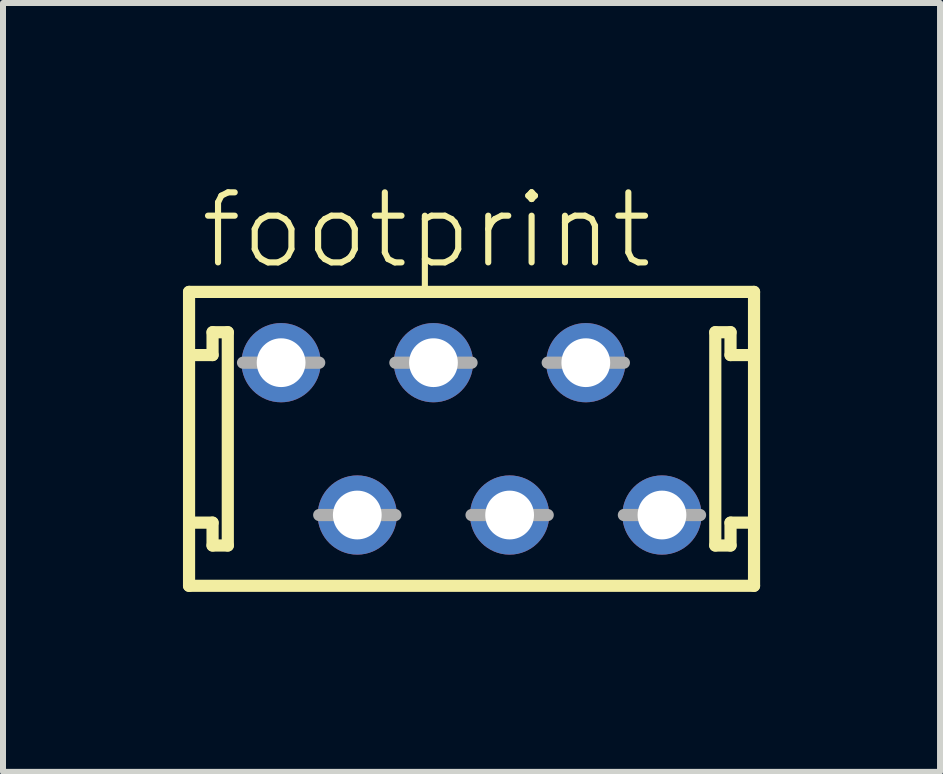
<source format=kicad_pcb>
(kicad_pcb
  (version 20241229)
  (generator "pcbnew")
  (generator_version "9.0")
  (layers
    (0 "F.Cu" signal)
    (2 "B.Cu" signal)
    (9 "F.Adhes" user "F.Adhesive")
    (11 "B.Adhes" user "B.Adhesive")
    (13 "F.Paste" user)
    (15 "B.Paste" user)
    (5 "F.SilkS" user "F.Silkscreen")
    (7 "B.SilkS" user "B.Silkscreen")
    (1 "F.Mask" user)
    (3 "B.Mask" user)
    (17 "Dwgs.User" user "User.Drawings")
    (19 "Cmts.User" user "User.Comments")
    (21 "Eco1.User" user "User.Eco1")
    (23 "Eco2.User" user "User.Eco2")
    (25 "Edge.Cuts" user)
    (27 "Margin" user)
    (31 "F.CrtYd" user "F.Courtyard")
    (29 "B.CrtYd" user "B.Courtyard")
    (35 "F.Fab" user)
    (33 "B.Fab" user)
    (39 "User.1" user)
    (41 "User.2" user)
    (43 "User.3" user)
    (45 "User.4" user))
  (footprint "footprint"
    (layer "F.Cu")
    (at 4.812 4.267)
    (property "Reference" "footprint" (at -4.572 -2.794 0) (layer "F.SilkS") (effects (font (size 1.168 1.168) (thickness 0.102)) (justify left bottom)))
    (fp_line (start -4.71 -2.45) (end 4.71 -2.45) (stroke (width 0.203) (type solid)) (layer "F.SilkS"))
    (fp_line (start -4.71 2.45) (end -4.71 -2.45) (stroke (width 0.203) (type solid)) (layer "F.SilkS"))
    (fp_line (start -4.318 -1.778) (end -4.318 -1.397) (stroke (width 0.203) (type solid)) (layer "F.SilkS"))
    (fp_line (start -4.318 -1.397) (end -4.699 -1.397) (stroke (width 0.203) (type solid)) (layer "F.SilkS"))
    (fp_line (start -4.318 1.397) (end -4.699 1.397) (stroke (width 0.203) (type solid)) (layer "F.SilkS"))
    (fp_line (start -4.318 1.778) (end -4.318 1.397) (stroke (width 0.203) (type solid)) (layer "F.SilkS"))
    (fp_line (start -4.064 -1.778) (end -4.318 -1.778) (stroke (width 0.203) (type solid)) (layer "F.SilkS"))
    (fp_line (start -4.064 1.778) (end -4.318 1.778) (stroke (width 0.203) (type solid)) (layer "F.SilkS"))
    (fp_line (start -4.064 1.778) (end -4.064 -1.778) (stroke (width 0.203) (type solid)) (layer "F.SilkS"))
    (fp_line (start 4.064 -1.778) (end 4.064 1.778) (stroke (width 0.203) (type solid)) (layer "F.SilkS"))
    (fp_line (start 4.064 -1.778) (end 4.318 -1.778) (stroke (width 0.203) (type solid)) (layer "F.SilkS"))
    (fp_line (start 4.064 1.778) (end 4.318 1.778) (stroke (width 0.203) (type solid)) (layer "F.SilkS"))
    (fp_line (start 4.318 -1.778) (end 4.318 -1.397) (stroke (width 0.203) (type solid)) (layer "F.SilkS"))
    (fp_line (start 4.318 -1.397) (end 4.699 -1.397) (stroke (width 0.203) (type solid)) (layer "F.SilkS"))
    (fp_line (start 4.318 1.397) (end 4.699 1.397) (stroke (width 0.203) (type solid)) (layer "F.SilkS"))
    (fp_line (start 4.318 1.778) (end 4.318 1.397) (stroke (width 0.203) (type solid)) (layer "F.SilkS"))
    (fp_line (start 4.71 -2.45) (end 4.71 2.45) (stroke (width 0.203) (type solid)) (layer "F.SilkS"))
    (fp_line (start 4.71 2.45) (end -4.71 2.45) (stroke (width 0.203) (type solid)) (layer "F.SilkS"))
    (fp_line (start -3.81 -1.27) (end -2.54 -1.27) (stroke (width 0.203) (type solid)) (layer "F.Fab"))
    (fp_line (start -2.54 1.27) (end -1.27 1.27) (stroke (width 0.203) (type solid)) (layer "F.Fab"))
    (fp_line (start -1.27 -1.27) (end 0 -1.27) (stroke (width 0.203) (type solid)) (layer "F.Fab"))
    (fp_line (start 0 1.27) (end 1.27 1.27) (stroke (width 0.203) (type solid)) (layer "F.Fab"))
    (fp_line (start 1.27 -1.27) (end 2.54 -1.27) (stroke (width 0.203) (type solid)) (layer "F.Fab"))
    (fp_line (start 2.54 1.27) (end 3.81 1.27) (stroke (width 0.203) (type solid)) (layer "F.Fab"))
    (pad "1" thru_hole circle (at -3.175 -1.27) (size 1.321 1.321) (drill 0.813) (layers "*.Cu" "*.Mask"))
    (pad "2" thru_hole circle (at -1.905 1.27) (size 1.321 1.321) (drill 0.813) (layers "*.Cu" "*.Mask"))
    (pad "3" thru_hole circle (at -0.635 -1.27) (size 1.321 1.321) (drill 0.813) (layers "*.Cu" "*.Mask"))
    (pad "4" thru_hole circle (at 0.635 1.27) (size 1.321 1.321) (drill 0.813) (layers "*.Cu" "*.Mask"))
    (pad "5" thru_hole circle (at 1.905 -1.27) (size 1.321 1.321) (drill 0.813) (layers "*.Cu" "*.Mask"))
    (pad "6" thru_hole circle (at 3.175 1.27) (size 1.321 1.321) (drill 0.813) (layers "*.Cu" "*.Mask")))
  (gr_rect
    (start -3 -3)
    (end 12.623 9.819)
    (stroke (width 0.1) (type default))
    (fill no)
    (layer "Edge.Cuts")))
</source>
